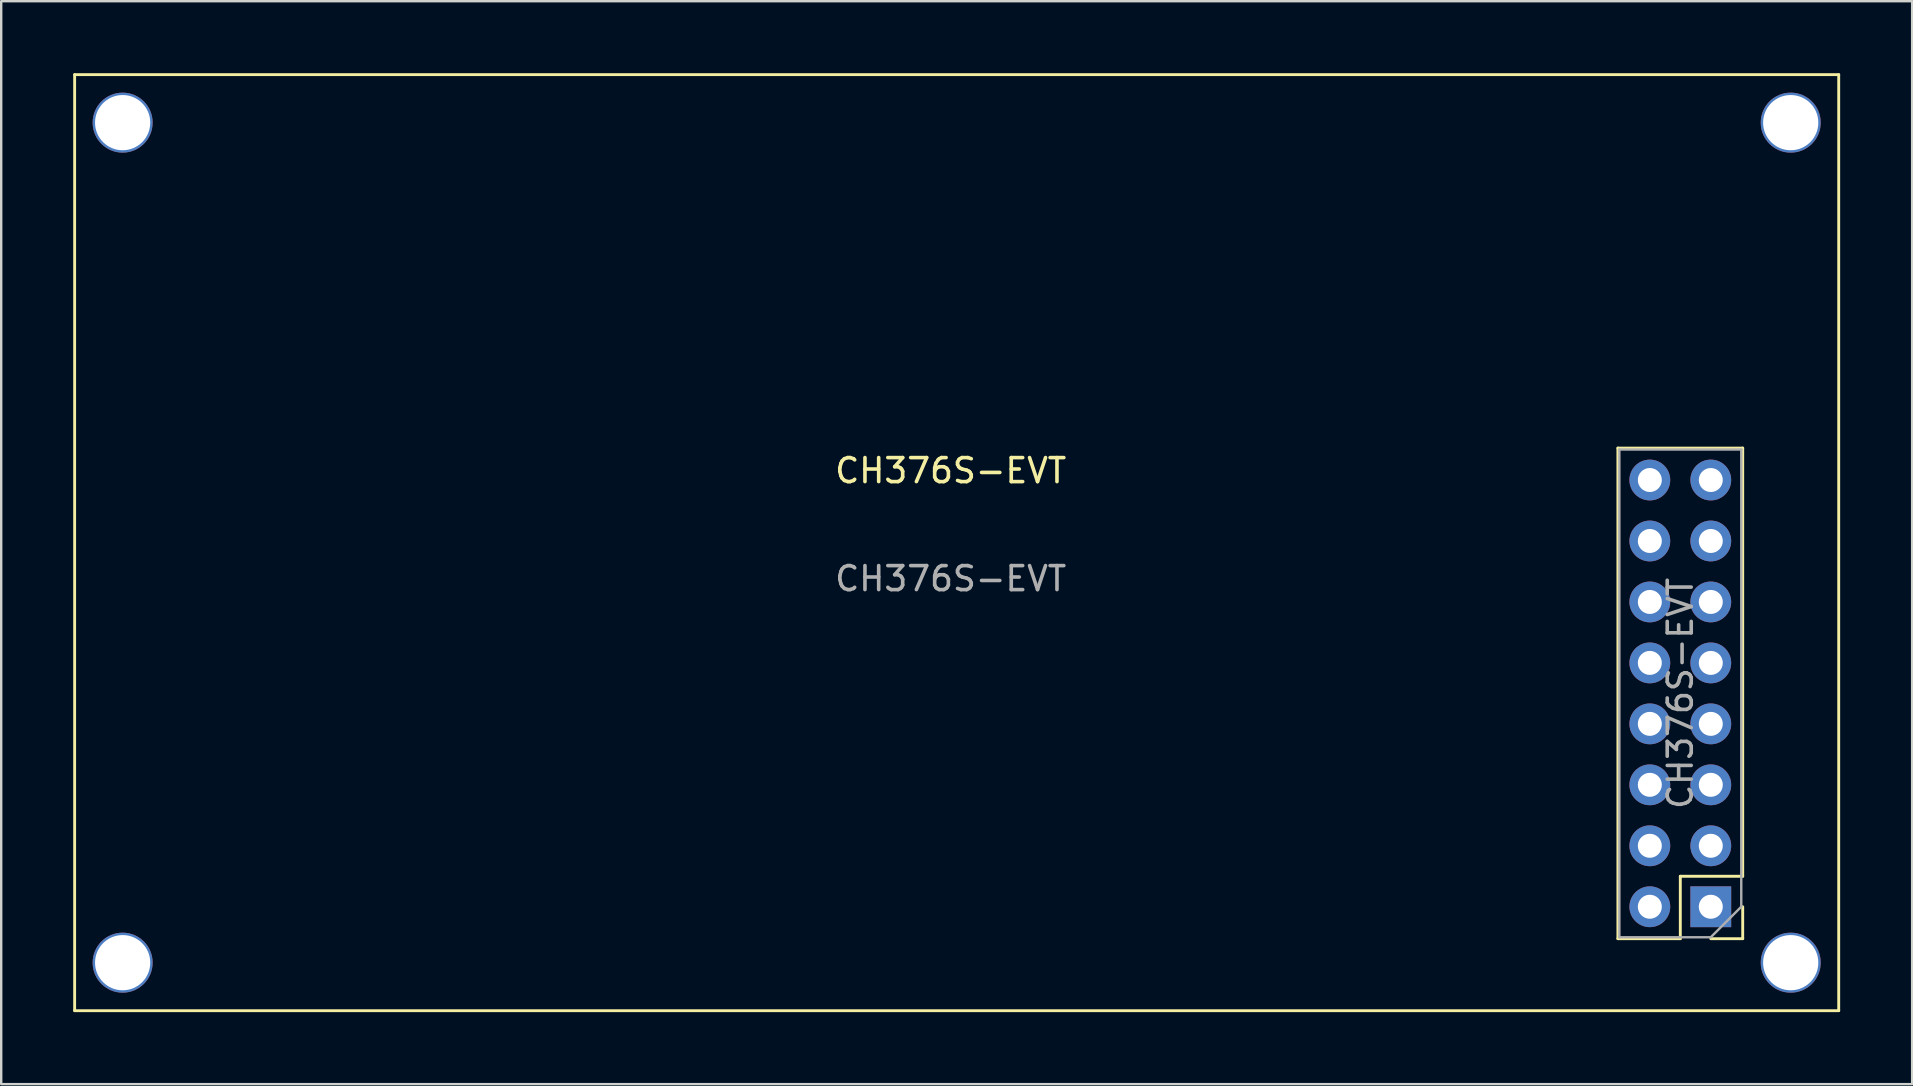
<source format=kicad_pcb>
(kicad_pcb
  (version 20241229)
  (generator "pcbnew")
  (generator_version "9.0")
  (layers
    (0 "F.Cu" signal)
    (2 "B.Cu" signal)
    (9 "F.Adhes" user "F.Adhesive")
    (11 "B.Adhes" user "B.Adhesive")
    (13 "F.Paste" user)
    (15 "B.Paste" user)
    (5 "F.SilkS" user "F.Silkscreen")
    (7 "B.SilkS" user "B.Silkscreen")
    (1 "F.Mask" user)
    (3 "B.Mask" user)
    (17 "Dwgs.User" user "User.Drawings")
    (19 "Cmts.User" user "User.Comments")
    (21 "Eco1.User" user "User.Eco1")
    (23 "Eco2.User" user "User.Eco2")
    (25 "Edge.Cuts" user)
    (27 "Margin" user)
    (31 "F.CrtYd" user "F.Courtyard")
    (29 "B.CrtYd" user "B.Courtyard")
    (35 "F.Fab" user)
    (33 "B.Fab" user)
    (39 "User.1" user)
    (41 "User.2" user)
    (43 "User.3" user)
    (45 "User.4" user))
  (footprint "CH376S-EVT"
    (layer "F.Cu")
    (at 36.56 19.06)
    (property "Reference" "CH376S-EVT" (at 0 -2.5 0) (unlocked yes) (layer "F.SilkS") (effects (font (size 1 1) (thickness 0.15))))
    (attr through_hole)
    (fp_line (start -36.5 -19) (end -36.5 20) (stroke (width 0.12) (type solid)) (layer "F.SilkS"))
    (fp_line (start -36.5 20) (end 37 20) (stroke (width 0.12) (type solid)) (layer "F.SilkS"))
    (fp_line (start 27.8 17) (end 27.8 -3.44) (stroke (width 0.12) (type solid)) (layer "F.SilkS"))
    (fp_line (start 30.4 14.4) (end 30.4 17) (stroke (width 0.12) (type solid)) (layer "F.SilkS"))
    (fp_line (start 30.4 17) (end 27.8 17) (stroke (width 0.12) (type solid)) (layer "F.SilkS"))
    (fp_line (start 33 -3.44) (end 27.8 -3.44) (stroke (width 0.12) (type solid)) (layer "F.SilkS"))
    (fp_line (start 33 14.4) (end 30.4 14.4) (stroke (width 0.12) (type solid)) (layer "F.SilkS"))
    (fp_line (start 33 14.4) (end 33 -3.44) (stroke (width 0.12) (type solid)) (layer "F.SilkS"))
    (fp_line (start 33 15.67) (end 33 17) (stroke (width 0.12) (type solid)) (layer "F.SilkS"))
    (fp_line (start 33 17) (end 31.67 17) (stroke (width 0.12) (type solid)) (layer "F.SilkS"))
    (fp_line (start 37 -19) (end -36.5 -19) (stroke (width 0.12) (type solid)) (layer "F.SilkS"))
    (fp_line (start 37 20) (end 37 -19) (stroke (width 0.12) (type solid)) (layer "F.SilkS"))
    (fp_line (start 27.86 -3.38) (end 32.94 -3.38) (stroke (width 0.1) (type solid)) (layer "F.Fab"))
    (fp_line (start 27.86 16.94) (end 27.86 -3.38) (stroke (width 0.1) (type solid)) (layer "F.Fab"))
    (fp_line (start 31.67 16.94) (end 27.86 16.94) (stroke (width 0.1) (type solid)) (layer "F.Fab"))
    (fp_line (start 32.94 -3.38) (end 32.94 15.67) (stroke (width 0.1) (type solid)) (layer "F.Fab"))
    (fp_line (start 32.94 15.67) (end 31.67 16.94) (stroke (width 0.1) (type solid)) (layer "F.Fab"))
    (fp_text user "${REFERENCE}" (at 0 2 0) (unlocked yes) (layer "F.Fab") (effects (font (size 1 1) (thickness 0.15))))
    (fp_text user "${REFERENCE}" (at 30.4 6.78 270) (layer "F.Fab") (effects (font (size 1 1) (thickness 0.15))))
    (pad "" np_thru_hole circle (at -34.5 -17) (size 2.5 2.5) (drill 2.3) (layers "*.Cu" "*.Mask"))
    (pad "" np_thru_hole circle (at -34.5 18) (size 2.5 2.5) (drill 2.3) (layers "*.Cu" "*.Mask"))
    (pad "" np_thru_hole circle (at 35 -17) (size 2.5 2.5) (drill 2.3) (layers "*.Cu" "*.Mask"))
    (pad "" np_thru_hole circle (at 35 18) (size 2.5 2.5) (drill 2.3) (layers "*.Cu" "*.Mask"))
    (pad "1" thru_hole rect (at 31.67 15.67 180) (size 1.7 1.7) (drill 1) (layers "*.Cu" "*.Mask"))
    (pad "2" thru_hole oval (at 29.13 15.67 180) (size 1.7 1.7) (drill 1) (layers "*.Cu" "*.Mask"))
    (pad "3" thru_hole oval (at 31.67 13.13 180) (size 1.7 1.7) (drill 1) (layers "*.Cu" "*.Mask"))
    (pad "4" thru_hole oval (at 29.13 13.13 180) (size 1.7 1.7) (drill 1) (layers "*.Cu" "*.Mask"))
    (pad "5" thru_hole oval (at 31.67 10.59 180) (size 1.7 1.7) (drill 1) (layers "*.Cu" "*.Mask"))
    (pad "6" thru_hole oval (at 29.13 10.59 180) (size 1.7 1.7) (drill 1) (layers "*.Cu" "*.Mask"))
    (pad "7" thru_hole oval (at 31.67 8.05 180) (size 1.7 1.7) (drill 1) (layers "*.Cu" "*.Mask"))
    (pad "8" thru_hole oval (at 29.13 8.05 180) (size 1.7 1.7) (drill 1) (layers "*.Cu" "*.Mask"))
    (pad "9" thru_hole oval (at 31.67 5.51 180) (size 1.7 1.7) (drill 1) (layers "*.Cu" "*.Mask"))
    (pad "10" thru_hole oval (at 29.13 5.51 180) (size 1.7 1.7) (drill 1) (layers "*.Cu" "*.Mask"))
    (pad "11" thru_hole oval (at 31.67 2.97 180) (size 1.7 1.7) (drill 1) (layers "*.Cu" "*.Mask"))
    (pad "12" thru_hole oval (at 29.13 2.97 180) (size 1.7 1.7) (drill 1) (layers "*.Cu" "*.Mask"))
    (pad "13" thru_hole oval (at 31.67 0.43 180) (size 1.7 1.7) (drill 1) (layers "*.Cu" "*.Mask"))
    (pad "14" thru_hole oval (at 29.13 0.43 180) (size 1.7 1.7) (drill 1) (layers "*.Cu" "*.Mask"))
    (pad "15" thru_hole oval (at 31.67 -2.11 180) (size 1.7 1.7) (drill 1) (layers "*.Cu" "*.Mask"))
    (pad "16" thru_hole oval (at 29.13 -2.11 180) (size 1.7 1.7) (drill 1) (layers "*.Cu" "*.Mask")))
  (gr_rect
    (start -3 -3)
    (end 76.62 42.12)
    (stroke (width 0.1) (type default))
    (fill no)
    (layer "Edge.Cuts")))
</source>
